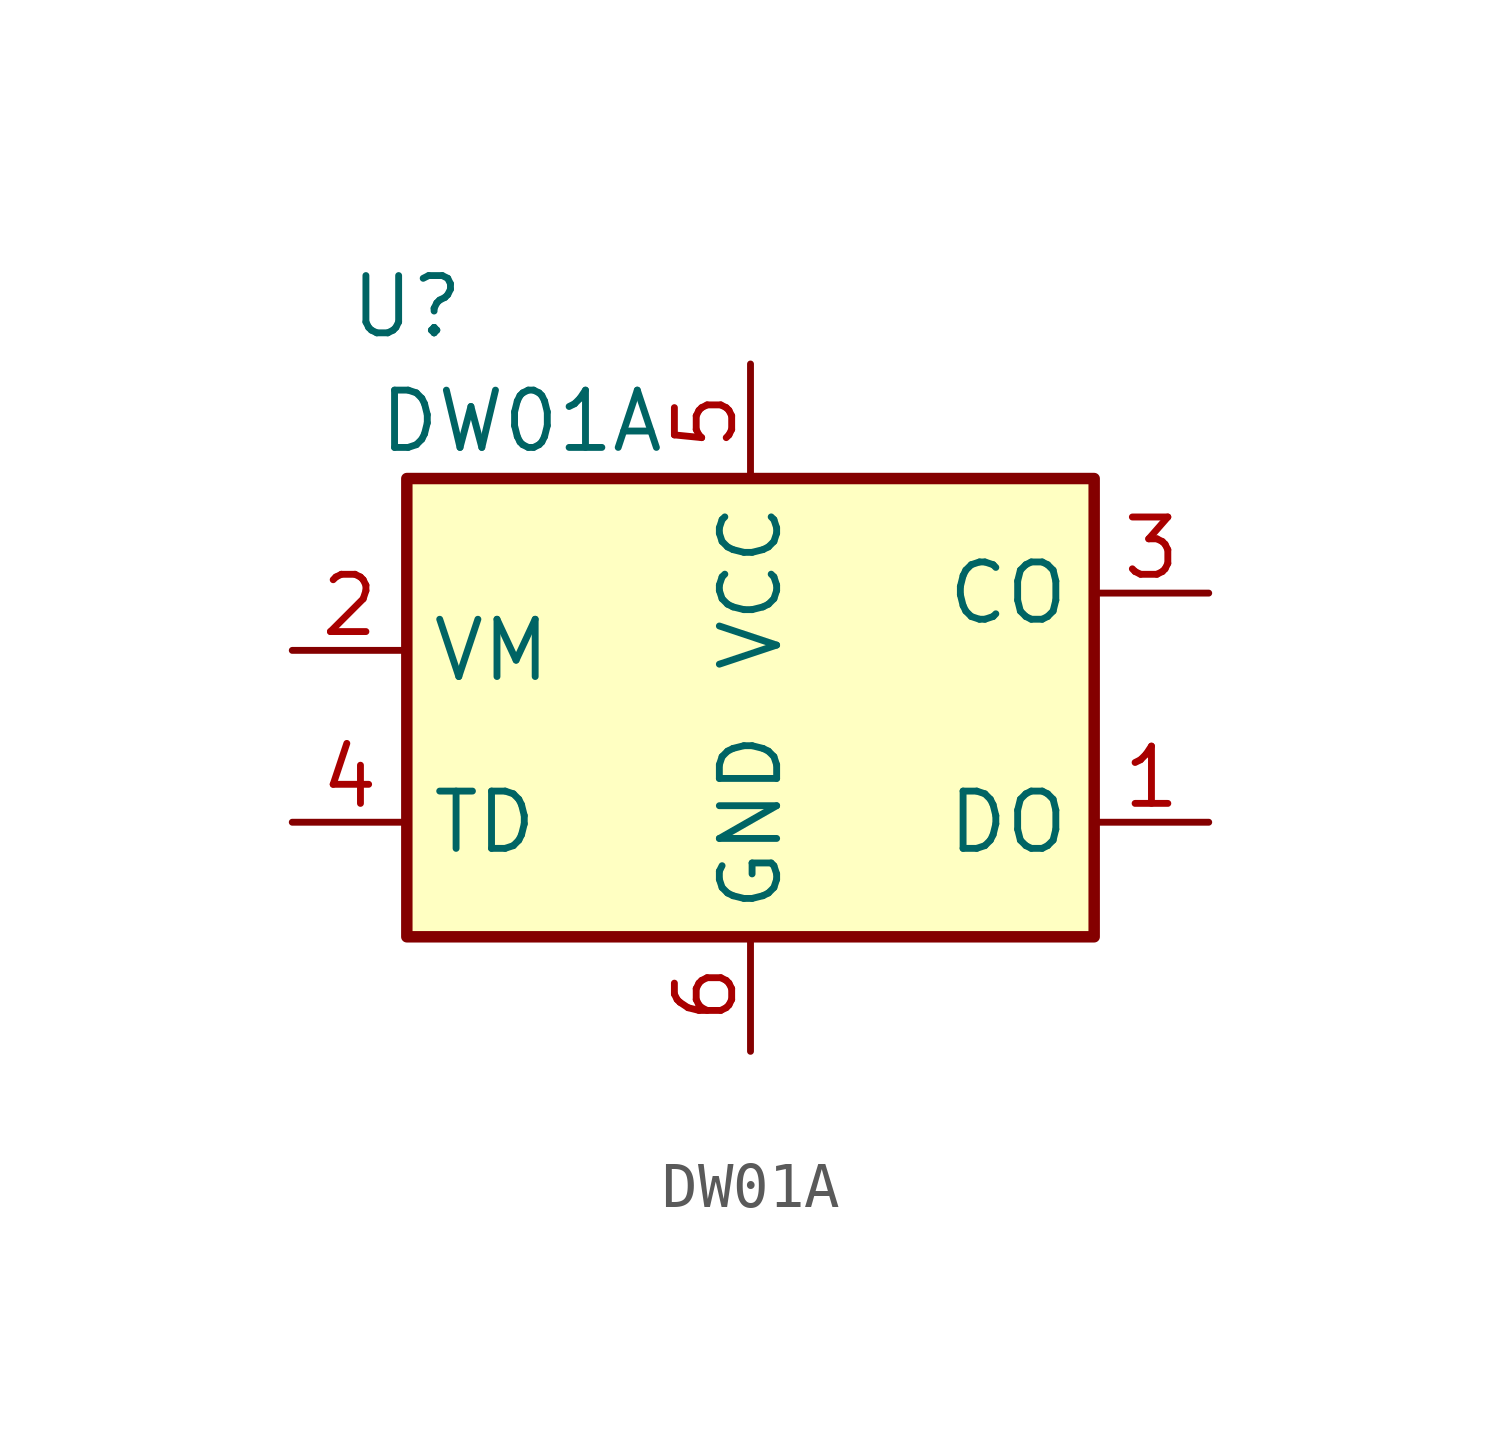
<source format=kicad_sym>
(kicad_symbol_lib
  (version 20220914)
  (generator kicad_symbol_editor)
  (symbol "DW01A"
    (property "Reference" "U"
      (at -7.62 7.62 0)
      (effects (font (size 1.27 1.27))))
    (property "Value" "DW01A"
      (at -5.08 5.08 0)
      (effects (font (size 1.27 1.27))))
    (symbol "DW01A_0_1"
      (rectangle (start -7.62 3.81) (end 7.62 -6.35) (stroke (width 0.254) (type default)) (fill (type background))))
    (symbol "DW01A_1_1"
      (pin output line (at 10.16 -3.81 180) (length 2.54) (name "DO" (effects (font (size 1.27 1.27)))) (number "1" (effects (font (size 1.27 1.27)))))
      (pin passive line (at -10.16 0 0) (length 2.54) (name "VM" (effects (font (size 1.27 1.27)))) (number "2" (effects (font (size 1.27 1.27)))))
      (pin output line (at 10.16 1.27 180) (length 2.54) (name "CO" (effects (font (size 1.27 1.27)))) (number "3" (effects (font (size 1.27 1.27)))))
      (pin passive line (at -10.16 -3.81 0) (length 2.54) (name "TD" (effects (font (size 1.27 1.27)))) (number "4" (effects (font (size 1.27 1.27)))))
      (pin power_in line (at 0 6.35 270) (length 2.54) (name "VCC" (effects (font (size 1.27 1.27)))) (number "5" (effects (font (size 1.27 1.27)))))
      (pin power_in line (at 0 -8.89 90) (length 2.54) (name "GND" (effects (font (size 1.27 1.27)))) (number "6" (effects (font (size 1.27 1.27))))))))
</source>
